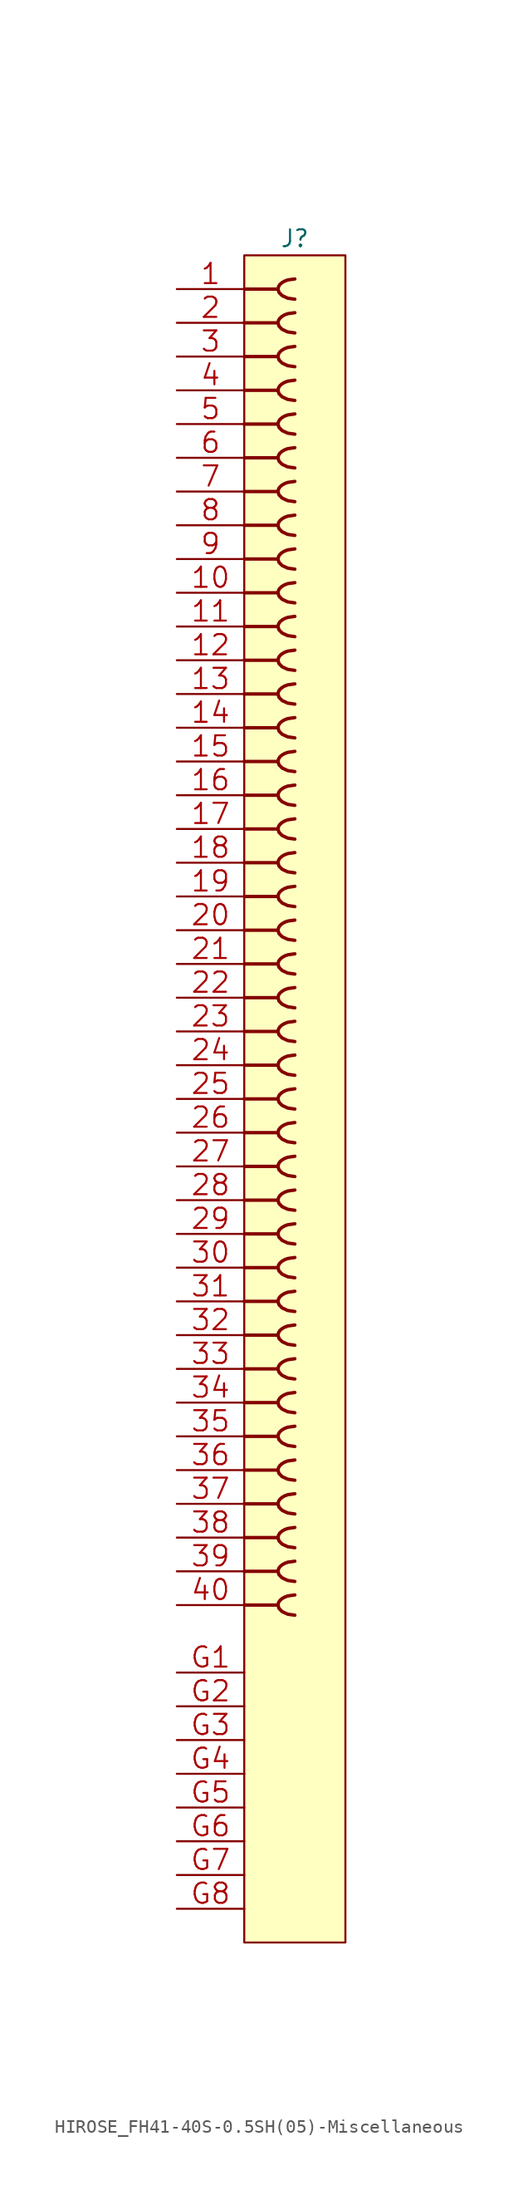
<source format=kicad_sym>
(kicad_symbol_lib
  (version 20200126)
  (host kicad_symbol_editor "(5.99.0-2809-gaceed2b0a4)")
  (symbol "LCD_Board-rescue:HIROSE_FH41-40S-0.5SH(05)-Miscellaneous"
    (pin_names
      (offset 1.27))
    (property "Reference" "J"
      (at 3.81 1.27 0)
      (effects (font (size 1.27 1.27))))
    (property "ki_locked" ""
      (at 0 0 0)
      (effects (font (size 1.27 1.27))))
    (symbol "HIROSE_FH41-40S-0.5SH(05)-Miscellaneous_0_1"
      (rectangle (start 0 -127) (end 7.62 0) (stroke (width 0)) (fill (type background)))
      (polyline (pts (xy 0 -101.6) (xy 2.54 -101.6)) (stroke (width 0.254)) (fill (type none)))
      (polyline (pts (xy 0 -99.06) (xy 2.54 -99.06)) (stroke (width 0.254)) (fill (type none)))
      (polyline (pts (xy 0 -96.52) (xy 2.54 -96.52)) (stroke (width 0.254)) (fill (type none)))
      (polyline (pts (xy 0 -93.98) (xy 2.54 -93.98)) (stroke (width 0.254)) (fill (type none)))
      (polyline (pts (xy 0 -91.44) (xy 2.54 -91.44)) (stroke (width 0.254)) (fill (type none)))
      (polyline (pts (xy 0 -88.9) (xy 2.54 -88.9)) (stroke (width 0.254)) (fill (type none)))
      (polyline (pts (xy 0 -86.36) (xy 2.54 -86.36)) (stroke (width 0.254)) (fill (type none)))
      (polyline (pts (xy 0 -83.82) (xy 2.54 -83.82)) (stroke (width 0.254)) (fill (type none)))
      (polyline (pts (xy 0 -81.28) (xy 2.54 -81.28)) (stroke (width 0.254)) (fill (type none)))
      (polyline (pts (xy 0 -78.74) (xy 2.54 -78.74)) (stroke (width 0.254)) (fill (type none)))
      (polyline (pts (xy 0 -76.2) (xy 2.54 -76.2)) (stroke (width 0.254)) (fill (type none)))
      (polyline (pts (xy 0 -73.66) (xy 2.54 -73.66)) (stroke (width 0.254)) (fill (type none)))
      (polyline (pts (xy 0 -71.12) (xy 2.54 -71.12)) (stroke (width 0.254)) (fill (type none)))
      (polyline (pts (xy 0 -68.58) (xy 2.54 -68.58)) (stroke (width 0.254)) (fill (type none)))
      (polyline (pts (xy 0 -66.04) (xy 2.54 -66.04)) (stroke (width 0.254)) (fill (type none)))
      (polyline (pts (xy 0 -63.5) (xy 2.54 -63.5)) (stroke (width 0.254)) (fill (type none)))
      (polyline (pts (xy 0 -60.96) (xy 2.54 -60.96)) (stroke (width 0.254)) (fill (type none)))
      (polyline (pts (xy 0 -58.42) (xy 2.54 -58.42)) (stroke (width 0.254)) (fill (type none)))
      (polyline (pts (xy 0 -55.88) (xy 2.54 -55.88)) (stroke (width 0.254)) (fill (type none)))
      (polyline (pts (xy 0 -53.34) (xy 2.54 -53.34)) (stroke (width 0.254)) (fill (type none)))
      (polyline (pts (xy 0 -50.8) (xy 2.54 -50.8)) (stroke (width 0.254)) (fill (type none)))
      (polyline (pts (xy 0 -48.26) (xy 2.54 -48.26)) (stroke (width 0.254)) (fill (type none)))
      (polyline (pts (xy 0 -45.72) (xy 2.54 -45.72)) (stroke (width 0.254)) (fill (type none)))
      (polyline (pts (xy 0 -43.18) (xy 2.54 -43.18)) (stroke (width 0.254)) (fill (type none)))
      (polyline (pts (xy 0 -40.64) (xy 2.54 -40.64)) (stroke (width 0.254)) (fill (type none)))
      (polyline (pts (xy 0 -38.1) (xy 2.54 -38.1)) (stroke (width 0.254)) (fill (type none)))
      (polyline (pts (xy 0 -35.56) (xy 2.54 -35.56)) (stroke (width 0.254)) (fill (type none)))
      (polyline (pts (xy 0 -33.02) (xy 2.54 -33.02)) (stroke (width 0.254)) (fill (type none)))
      (polyline (pts (xy 0 -30.48) (xy 2.54 -30.48)) (stroke (width 0.254)) (fill (type none)))
      (polyline (pts (xy 0 -27.94) (xy 2.54 -27.94)) (stroke (width 0.254)) (fill (type none)))
      (polyline (pts (xy 0 -25.4) (xy 2.54 -25.4)) (stroke (width 0.254)) (fill (type none)))
      (polyline (pts (xy 0 -22.86) (xy 2.54 -22.86)) (stroke (width 0.254)) (fill (type none)))
      (polyline (pts (xy 0 -20.32) (xy 2.54 -20.32)) (stroke (width 0.254)) (fill (type none)))
      (polyline (pts (xy 0 -17.78) (xy 2.54 -17.78)) (stroke (width 0.254)) (fill (type none)))
      (polyline (pts (xy 0 -15.24) (xy 2.54 -15.24)) (stroke (width 0.254)) (fill (type none)))
      (polyline (pts (xy 0 -12.7) (xy 2.54 -12.7)) (stroke (width 0.254)) (fill (type none)))
      (polyline (pts (xy 0 -10.16) (xy 2.54 -10.16)) (stroke (width 0.254)) (fill (type none)))
      (polyline (pts (xy 0 -7.62) (xy 2.54 -7.62)) (stroke (width 0.254)) (fill (type none)))
      (polyline (pts (xy 0 -5.08) (xy 2.54 -5.08)) (stroke (width 0.254)) (fill (type none)))
      (polyline (pts (xy 0 -2.54) (xy 2.54 -2.54)) (stroke (width 0.254)) (fill (type none)))
      (bezier (pts (xy 2.54 -101.6) (xy 2.54 -102.006) (xy 3.124 -102.362) (xy 3.81 -102.362)) (stroke (width 0.254)) (fill (type none)))
      (bezier (pts (xy 2.54 -99.06) (xy 2.54 -99.466) (xy 3.124 -99.822) (xy 3.81 -99.822)) (stroke (width 0.254)) (fill (type none)))
      (bezier (pts (xy 2.54 -96.52) (xy 2.54 -96.926) (xy 3.124 -97.282) (xy 3.81 -97.282)) (stroke (width 0.254)) (fill (type none)))
      (bezier (pts (xy 2.54 -93.98) (xy 2.54 -94.386) (xy 3.124 -94.742) (xy 3.81 -94.742)) (stroke (width 0.254)) (fill (type none)))
      (bezier (pts (xy 2.54 -91.44) (xy 2.54 -91.846) (xy 3.124 -92.202) (xy 3.81 -92.202)) (stroke (width 0.254)) (fill (type none)))
      (bezier (pts (xy 2.54 -88.9) (xy 2.54 -89.306) (xy 3.124 -89.662) (xy 3.81 -89.662)) (stroke (width 0.254)) (fill (type none)))
      (bezier (pts (xy 2.54 -86.36) (xy 2.54 -86.766) (xy 3.124 -87.122) (xy 3.81 -87.122)) (stroke (width 0.254)) (fill (type none)))
      (bezier (pts (xy 2.54 -83.82) (xy 2.54 -84.226) (xy 3.124 -84.582) (xy 3.81 -84.582)) (stroke (width 0.254)) (fill (type none)))
      (bezier (pts (xy 2.54 -81.28) (xy 2.54 -81.686) (xy 3.124 -82.042) (xy 3.81 -82.042)) (stroke (width 0.254)) (fill (type none)))
      (bezier (pts (xy 2.54 -78.74) (xy 2.54 -79.146) (xy 3.124 -79.502) (xy 3.81 -79.502)) (stroke (width 0.254)) (fill (type none)))
      (bezier (pts (xy 2.54 -76.2) (xy 2.54 -76.606) (xy 3.124 -76.962) (xy 3.81 -76.962)) (stroke (width 0.254)) (fill (type none)))
      (bezier (pts (xy 2.54 -73.66) (xy 2.54 -74.066) (xy 3.124 -74.422) (xy 3.81 -74.422)) (stroke (width 0.254)) (fill (type none)))
      (bezier (pts (xy 2.54 -71.12) (xy 2.54 -71.526) (xy 3.124 -71.882) (xy 3.81 -71.882)) (stroke (width 0.254)) (fill (type none)))
      (bezier (pts (xy 2.54 -68.58) (xy 2.54 -68.986) (xy 3.124 -69.342) (xy 3.81 -69.342)) (stroke (width 0.254)) (fill (type none)))
      (bezier (pts (xy 2.54 -66.04) (xy 2.54 -66.446) (xy 3.124 -66.802) (xy 3.81 -66.802)) (stroke (width 0.254)) (fill (type none)))
      (bezier (pts (xy 2.54 -63.5) (xy 2.54 -63.906) (xy 3.124 -64.262) (xy 3.81 -64.262)) (stroke (width 0.254)) (fill (type none)))
      (bezier (pts (xy 2.54 -60.96) (xy 2.54 -61.366) (xy 3.124 -61.722) (xy 3.81 -61.722)) (stroke (width 0.254)) (fill (type none)))
      (bezier (pts (xy 2.54 -58.42) (xy 2.54 -58.826) (xy 3.124 -59.182) (xy 3.81 -59.182)) (stroke (width 0.254)) (fill (type none)))
      (bezier (pts (xy 2.54 -55.88) (xy 2.54 -56.286) (xy 3.124 -56.642) (xy 3.81 -56.642)) (stroke (width 0.254)) (fill (type none)))
      (bezier (pts (xy 2.54 -53.34) (xy 2.54 -53.746) (xy 3.124 -54.102) (xy 3.81 -54.102)) (stroke (width 0.254)) (fill (type none)))
      (bezier (pts (xy 2.54 -50.8) (xy 2.54 -51.206) (xy 3.124 -51.562) (xy 3.81 -51.562)) (stroke (width 0.254)) (fill (type none)))
      (bezier (pts (xy 2.54 -48.26) (xy 2.54 -48.666) (xy 3.124 -49.022) (xy 3.81 -49.022)) (stroke (width 0.254)) (fill (type none)))
      (bezier (pts (xy 2.54 -45.72) (xy 2.54 -46.126) (xy 3.124 -46.482) (xy 3.81 -46.482)) (stroke (width 0.254)) (fill (type none)))
      (bezier (pts (xy 2.54 -43.18) (xy 2.54 -43.586) (xy 3.124 -43.942) (xy 3.81 -43.942)) (stroke (width 0.254)) (fill (type none)))
      (bezier (pts (xy 2.54 -40.64) (xy 2.54 -41.046) (xy 3.124 -41.402) (xy 3.81 -41.402)) (stroke (width 0.254)) (fill (type none)))
      (bezier (pts (xy 2.54 -38.1) (xy 2.54 -38.506) (xy 3.124 -38.862) (xy 3.81 -38.862)) (stroke (width 0.254)) (fill (type none)))
      (bezier (pts (xy 2.54 -35.56) (xy 2.54 -35.966) (xy 3.124 -36.322) (xy 3.81 -36.322)) (stroke (width 0.254)) (fill (type none)))
      (bezier (pts (xy 2.54 -33.02) (xy 2.54 -33.426) (xy 3.124 -33.782) (xy 3.81 -33.782)) (stroke (width 0.254)) (fill (type none)))
      (bezier (pts (xy 2.54 -30.48) (xy 2.54 -30.886) (xy 3.124 -31.242) (xy 3.81 -31.242)) (stroke (width 0.254)) (fill (type none)))
      (bezier (pts (xy 2.54 -27.94) (xy 2.54 -28.346) (xy 3.124 -28.702) (xy 3.81 -28.702)) (stroke (width 0.254)) (fill (type none)))
      (bezier (pts (xy 2.54 -25.4) (xy 2.54 -25.806) (xy 3.124 -26.162) (xy 3.81 -26.162)) (stroke (width 0.254)) (fill (type none)))
      (bezier (pts (xy 2.54 -22.86) (xy 2.54 -23.266) (xy 3.124 -23.622) (xy 3.81 -23.622)) (stroke (width 0.254)) (fill (type none)))
      (bezier (pts (xy 2.54 -20.32) (xy 2.54 -20.726) (xy 3.124 -21.082) (xy 3.81 -21.082)) (stroke (width 0.254)) (fill (type none)))
      (bezier (pts (xy 2.54 -17.78) (xy 2.54 -18.186) (xy 3.124 -18.542) (xy 3.81 -18.542)) (stroke (width 0.254)) (fill (type none)))
      (bezier (pts (xy 2.54 -15.24) (xy 2.54 -15.646) (xy 3.124 -16.002) (xy 3.81 -16.002)) (stroke (width 0.254)) (fill (type none)))
      (bezier (pts (xy 2.54 -12.7) (xy 2.54 -13.106) (xy 3.124 -13.462) (xy 3.81 -13.462)) (stroke (width 0.254)) (fill (type none)))
      (bezier (pts (xy 2.54 -10.16) (xy 2.54 -10.566) (xy 3.124 -10.922) (xy 3.81 -10.922)) (stroke (width 0.254)) (fill (type none)))
      (bezier (pts (xy 2.54 -7.62) (xy 2.54 -8.026) (xy 3.124 -8.382) (xy 3.81 -8.382)) (stroke (width 0.254)) (fill (type none)))
      (bezier (pts (xy 2.54 -5.08) (xy 2.54 -5.486) (xy 3.124 -5.842) (xy 3.81 -5.842)) (stroke (width 0.254)) (fill (type none)))
      (bezier (pts (xy 2.54 -2.54) (xy 2.54 -2.946) (xy 3.124 -3.302) (xy 3.81 -3.302)) (stroke (width 0.254)) (fill (type none)))
      (bezier (pts (xy 3.81 -100.838) (xy 3.124 -100.838) (xy 2.54 -101.194) (xy 2.54 -101.6)) (stroke (width 0.254)) (fill (type none)))
      (bezier (pts (xy 3.81 -98.298) (xy 3.124 -98.298) (xy 2.54 -98.654) (xy 2.54 -99.06)) (stroke (width 0.254)) (fill (type none)))
      (bezier (pts (xy 3.81 -95.758) (xy 3.124 -95.758) (xy 2.54 -96.114) (xy 2.54 -96.52)) (stroke (width 0.254)) (fill (type none)))
      (bezier (pts (xy 3.81 -93.218) (xy 3.124 -93.218) (xy 2.54 -93.574) (xy 2.54 -93.98)) (stroke (width 0.254)) (fill (type none)))
      (bezier (pts (xy 3.81 -90.678) (xy 3.124 -90.678) (xy 2.54 -91.034) (xy 2.54 -91.44)) (stroke (width 0.254)) (fill (type none)))
      (bezier (pts (xy 3.81 -88.138) (xy 3.124 -88.138) (xy 2.54 -88.494) (xy 2.54 -88.9)) (stroke (width 0.254)) (fill (type none)))
      (bezier (pts (xy 3.81 -85.598) (xy 3.124 -85.598) (xy 2.54 -85.954) (xy 2.54 -86.36)) (stroke (width 0.254)) (fill (type none)))
      (bezier (pts (xy 3.81 -83.058) (xy 3.124 -83.058) (xy 2.54 -83.414) (xy 2.54 -83.82)) (stroke (width 0.254)) (fill (type none)))
      (bezier (pts (xy 3.81 -80.518) (xy 3.124 -80.518) (xy 2.54 -80.874) (xy 2.54 -81.28)) (stroke (width 0.254)) (fill (type none)))
      (bezier (pts (xy 3.81 -77.978) (xy 3.124 -77.978) (xy 2.54 -78.334) (xy 2.54 -78.74)) (stroke (width 0.254)) (fill (type none)))
      (bezier (pts (xy 3.81 -75.438) (xy 3.124 -75.438) (xy 2.54 -75.794) (xy 2.54 -76.2)) (stroke (width 0.254)) (fill (type none)))
      (bezier (pts (xy 3.81 -72.898) (xy 3.124 -72.898) (xy 2.54 -73.254) (xy 2.54 -73.66)) (stroke (width 0.254)) (fill (type none)))
      (bezier (pts (xy 3.81 -70.358) (xy 3.124 -70.358) (xy 2.54 -70.714) (xy 2.54 -71.12)) (stroke (width 0.254)) (fill (type none)))
      (bezier (pts (xy 3.81 -67.818) (xy 3.124 -67.818) (xy 2.54 -68.174) (xy 2.54 -68.58)) (stroke (width 0.254)) (fill (type none)))
      (bezier (pts (xy 3.81 -65.278) (xy 3.124 -65.278) (xy 2.54 -65.634) (xy 2.54 -66.04)) (stroke (width 0.254)) (fill (type none)))
      (bezier (pts (xy 3.81 -62.738) (xy 3.124 -62.738) (xy 2.54 -63.094) (xy 2.54 -63.5)) (stroke (width 0.254)) (fill (type none)))
      (bezier (pts (xy 3.81 -60.198) (xy 3.124 -60.198) (xy 2.54 -60.554) (xy 2.54 -60.96)) (stroke (width 0.254)) (fill (type none)))
      (bezier (pts (xy 3.81 -57.658) (xy 3.124 -57.658) (xy 2.54 -58.014) (xy 2.54 -58.42)) (stroke (width 0.254)) (fill (type none)))
      (bezier (pts (xy 3.81 -55.118) (xy 3.124 -55.118) (xy 2.54 -55.474) (xy 2.54 -55.88)) (stroke (width 0.254)) (fill (type none)))
      (bezier (pts (xy 3.81 -52.578) (xy 3.124 -52.578) (xy 2.54 -52.934) (xy 2.54 -53.34)) (stroke (width 0.254)) (fill (type none)))
      (bezier (pts (xy 3.81 -50.038) (xy 3.124 -50.038) (xy 2.54 -50.394) (xy 2.54 -50.8)) (stroke (width 0.254)) (fill (type none)))
      (bezier (pts (xy 3.81 -47.498) (xy 3.124 -47.498) (xy 2.54 -47.854) (xy 2.54 -48.26)) (stroke (width 0.254)) (fill (type none)))
      (bezier (pts (xy 3.81 -44.958) (xy 3.124 -44.958) (xy 2.54 -45.314) (xy 2.54 -45.72)) (stroke (width 0.254)) (fill (type none)))
      (bezier (pts (xy 3.81 -42.418) (xy 3.124 -42.418) (xy 2.54 -42.774) (xy 2.54 -43.18)) (stroke (width 0.254)) (fill (type none)))
      (bezier (pts (xy 3.81 -39.878) (xy 3.124 -39.878) (xy 2.54 -40.234) (xy 2.54 -40.64)) (stroke (width 0.254)) (fill (type none)))
      (bezier (pts (xy 3.81 -37.338) (xy 3.124 -37.338) (xy 2.54 -37.694) (xy 2.54 -38.1)) (stroke (width 0.254)) (fill (type none)))
      (bezier (pts (xy 3.81 -34.798) (xy 3.124 -34.798) (xy 2.54 -35.154) (xy 2.54 -35.56)) (stroke (width 0.254)) (fill (type none)))
      (bezier (pts (xy 3.81 -32.258) (xy 3.124 -32.258) (xy 2.54 -32.614) (xy 2.54 -33.02)) (stroke (width 0.254)) (fill (type none)))
      (bezier (pts (xy 3.81 -29.718) (xy 3.124 -29.718) (xy 2.54 -30.074) (xy 2.54 -30.48)) (stroke (width 0.254)) (fill (type none)))
      (bezier (pts (xy 3.81 -27.178) (xy 3.124 -27.178) (xy 2.54 -27.534) (xy 2.54 -27.94)) (stroke (width 0.254)) (fill (type none)))
      (bezier (pts (xy 3.81 -24.638) (xy 3.124 -24.638) (xy 2.54 -24.994) (xy 2.54 -25.4)) (stroke (width 0.254)) (fill (type none)))
      (bezier (pts (xy 3.81 -22.098) (xy 3.124 -22.098) (xy 2.54 -22.454) (xy 2.54 -22.86)) (stroke (width 0.254)) (fill (type none)))
      (bezier (pts (xy 3.81 -19.558) (xy 3.124 -19.558) (xy 2.54 -19.914) (xy 2.54 -20.32)) (stroke (width 0.254)) (fill (type none)))
      (bezier (pts (xy 3.81 -17.018) (xy 3.124 -17.018) (xy 2.54 -17.374) (xy 2.54 -17.78)) (stroke (width 0.254)) (fill (type none)))
      (bezier (pts (xy 3.81 -14.478) (xy 3.124 -14.478) (xy 2.54 -14.834) (xy 2.54 -15.24)) (stroke (width 0.254)) (fill (type none)))
      (bezier (pts (xy 3.81 -11.938) (xy 3.124 -11.938) (xy 2.54 -12.294) (xy 2.54 -12.7)) (stroke (width 0.254)) (fill (type none)))
      (bezier (pts (xy 3.81 -9.398) (xy 3.124 -9.398) (xy 2.54 -9.754) (xy 2.54 -10.16)) (stroke (width 0.254)) (fill (type none)))
      (bezier (pts (xy 3.81 -6.858) (xy 3.124 -6.858) (xy 2.54 -7.214) (xy 2.54 -7.62)) (stroke (width 0.254)) (fill (type none)))
      (bezier (pts (xy 3.81 -4.318) (xy 3.124 -4.318) (xy 2.54 -4.674) (xy 2.54 -5.08)) (stroke (width 0.254)) (fill (type none)))
      (bezier (pts (xy 3.81 -1.778) (xy 3.124 -1.778) (xy 2.54 -2.134) (xy 2.54 -2.54)) (stroke (width 0.254)) (fill (type none)))
      (pin passive line (at -5.08 -2.54 0) (length 5.08) (name "1" (effects (font (size 0 0)))) (number "1" (effects (font (size 1.524 1.524)))))
      (pin passive line (at -5.08 -25.4 0) (length 5.08) (name "10" (effects (font (size 0 0)))) (number "10" (effects (font (size 1.524 1.524)))))
      (pin passive line (at -5.08 -27.94 0) (length 5.08) (name "11" (effects (font (size 0 0)))) (number "11" (effects (font (size 1.524 1.524)))))
      (pin passive line (at -5.08 -30.48 0) (length 5.08) (name "12" (effects (font (size 0 0)))) (number "12" (effects (font (size 1.524 1.524)))))
      (pin passive line (at -5.08 -33.02 0) (length 5.08) (name "13" (effects (font (size 0 0)))) (number "13" (effects (font (size 1.524 1.524)))))
      (pin passive line (at -5.08 -35.56 0) (length 5.08) (name "14" (effects (font (size 0 0)))) (number "14" (effects (font (size 1.524 1.524)))))
      (pin passive line (at -5.08 -38.1 0) (length 5.08) (name "15" (effects (font (size 0 0)))) (number "15" (effects (font (size 1.524 1.524)))))
      (pin passive line (at -5.08 -40.64 0) (length 5.08) (name "16" (effects (font (size 0 0)))) (number "16" (effects (font (size 1.524 1.524)))))
      (pin passive line (at -5.08 -43.18 0) (length 5.08) (name "17" (effects (font (size 0 0)))) (number "17" (effects (font (size 1.524 1.524)))))
      (pin passive line (at -5.08 -45.72 0) (length 5.08) (name "18" (effects (font (size 0 0)))) (number "18" (effects (font (size 1.524 1.524)))))
      (pin passive line (at -5.08 -48.26 0) (length 5.08) (name "19" (effects (font (size 0 0)))) (number "19" (effects (font (size 1.524 1.524)))))
      (pin passive line (at -5.08 -5.08 0) (length 5.08) (name "2" (effects (font (size 0 0)))) (number "2" (effects (font (size 1.524 1.524)))))
      (pin passive line (at -5.08 -50.8 0) (length 5.08) (name "20" (effects (font (size 0 0)))) (number "20" (effects (font (size 1.524 1.524)))))
      (pin passive line (at -5.08 -53.34 0) (length 5.08) (name "21" (effects (font (size 0 0)))) (number "21" (effects (font (size 1.524 1.524)))))
      (pin passive line (at -5.08 -55.88 0) (length 5.08) (name "22" (effects (font (size 0 0)))) (number "22" (effects (font (size 1.524 1.524)))))
      (pin passive line (at -5.08 -58.42 0) (length 5.08) (name "23" (effects (font (size 0 0)))) (number "23" (effects (font (size 1.524 1.524)))))
      (pin passive line (at -5.08 -60.96 0) (length 5.08) (name "24" (effects (font (size 0 0)))) (number "24" (effects (font (size 1.524 1.524)))))
      (pin passive line (at -5.08 -63.5 0) (length 5.08) (name "25" (effects (font (size 0 0)))) (number "25" (effects (font (size 1.524 1.524)))))
      (pin passive line (at -5.08 -66.04 0) (length 5.08) (name "26" (effects (font (size 0 0)))) (number "26" (effects (font (size 1.524 1.524)))))
      (pin passive line (at -5.08 -68.58 0) (length 5.08) (name "27" (effects (font (size 0 0)))) (number "27" (effects (font (size 1.524 1.524)))))
      (pin passive line (at -5.08 -71.12 0) (length 5.08) (name "28" (effects (font (size 0 0)))) (number "28" (effects (font (size 1.524 1.524)))))
      (pin passive line (at -5.08 -73.66 0) (length 5.08) (name "29" (effects (font (size 0 0)))) (number "29" (effects (font (size 1.524 1.524)))))
      (pin passive line (at -5.08 -7.62 0) (length 5.08) (name "3" (effects (font (size 0 0)))) (number "3" (effects (font (size 1.524 1.524)))))
      (pin passive line (at -5.08 -76.2 0) (length 5.08) (name "30" (effects (font (size 0 0)))) (number "30" (effects (font (size 1.524 1.524)))))
      (pin passive line (at -5.08 -78.74 0) (length 5.08) (name "31" (effects (font (size 0 0)))) (number "31" (effects (font (size 1.524 1.524)))))
      (pin passive line (at -5.08 -81.28 0) (length 5.08) (name "32" (effects (font (size 0 0)))) (number "32" (effects (font (size 1.524 1.524)))))
      (pin passive line (at -5.08 -83.82 0) (length 5.08) (name "33" (effects (font (size 0 0)))) (number "33" (effects (font (size 1.524 1.524)))))
      (pin passive line (at -5.08 -86.36 0) (length 5.08) (name "34" (effects (font (size 0 0)))) (number "34" (effects (font (size 1.524 1.524)))))
      (pin passive line (at -5.08 -88.9 0) (length 5.08) (name "35" (effects (font (size 0 0)))) (number "35" (effects (font (size 1.524 1.524)))))
      (pin passive line (at -5.08 -91.44 0) (length 5.08) (name "36" (effects (font (size 0 0)))) (number "36" (effects (font (size 1.524 1.524)))))
      (pin passive line (at -5.08 -93.98 0) (length 5.08) (name "37" (effects (font (size 0 0)))) (number "37" (effects (font (size 1.524 1.524)))))
      (pin passive line (at -5.08 -96.52 0) (length 5.08) (name "38" (effects (font (size 0 0)))) (number "38" (effects (font (size 1.524 1.524)))))
      (pin passive line (at -5.08 -99.06 0) (length 5.08) (name "39" (effects (font (size 0 0)))) (number "39" (effects (font (size 1.524 1.524)))))
      (pin passive line (at -5.08 -10.16 0) (length 5.08) (name "4" (effects (font (size 0 0)))) (number "4" (effects (font (size 1.524 1.524)))))
      (pin passive line (at -5.08 -101.6 0) (length 5.08) (name "40" (effects (font (size 0 0)))) (number "40" (effects (font (size 1.524 1.524)))))
      (pin passive line (at -5.08 -12.7 0) (length 5.08) (name "5" (effects (font (size 0 0)))) (number "5" (effects (font (size 1.524 1.524)))))
      (pin passive line (at -5.08 -15.24 0) (length 5.08) (name "6" (effects (font (size 0 0)))) (number "6" (effects (font (size 1.524 1.524)))))
      (pin passive line (at -5.08 -17.78 0) (length 5.08) (name "7" (effects (font (size 0 0)))) (number "7" (effects (font (size 1.524 1.524)))))
      (pin passive line (at -5.08 -20.32 0) (length 5.08) (name "8" (effects (font (size 0 0)))) (number "8" (effects (font (size 1.524 1.524)))))
      (pin passive line (at -5.08 -22.86 0) (length 5.08) (name "9" (effects (font (size 0 0)))) (number "9" (effects (font (size 1.524 1.524)))))
      (pin power_in line (at -5.08 -106.68 0) (length 5.08) (name "G1" (effects (font (size 0 0)))) (number "G1" (effects (font (size 1.524 1.524)))))
      (pin power_in line (at -5.08 -109.22 0) (length 5.08) (name "G2" (effects (font (size 0 0)))) (number "G2" (effects (font (size 1.524 1.524)))))
      (pin power_in line (at -5.08 -111.76 0) (length 5.08) (name "G3" (effects (font (size 0 0)))) (number "G3" (effects (font (size 1.524 1.524)))))
      (pin power_in line (at -5.08 -114.3 0) (length 5.08) (name "G4" (effects (font (size 0 0)))) (number "G4" (effects (font (size 1.524 1.524)))))
      (pin power_in line (at -5.08 -116.84 0) (length 5.08) (name "G5" (effects (font (size 0 0)))) (number "G5" (effects (font (size 1.524 1.524)))))
      (pin power_in line (at -5.08 -119.38 0) (length 5.08) (name "G6" (effects (font (size 0 0)))) (number "G6" (effects (font (size 1.524 1.524)))))
      (pin power_in line (at -5.08 -121.92 0) (length 5.08) (name "G7" (effects (font (size 0 0)))) (number "G7" (effects (font (size 1.524 1.524)))))
      (pin power_in line (at -5.08 -124.46 0) (length 5.08) (name "G8" (effects (font (size 0 0)))) (number "G8" (effects (font (size 1.524 1.524))))))))
</source>
